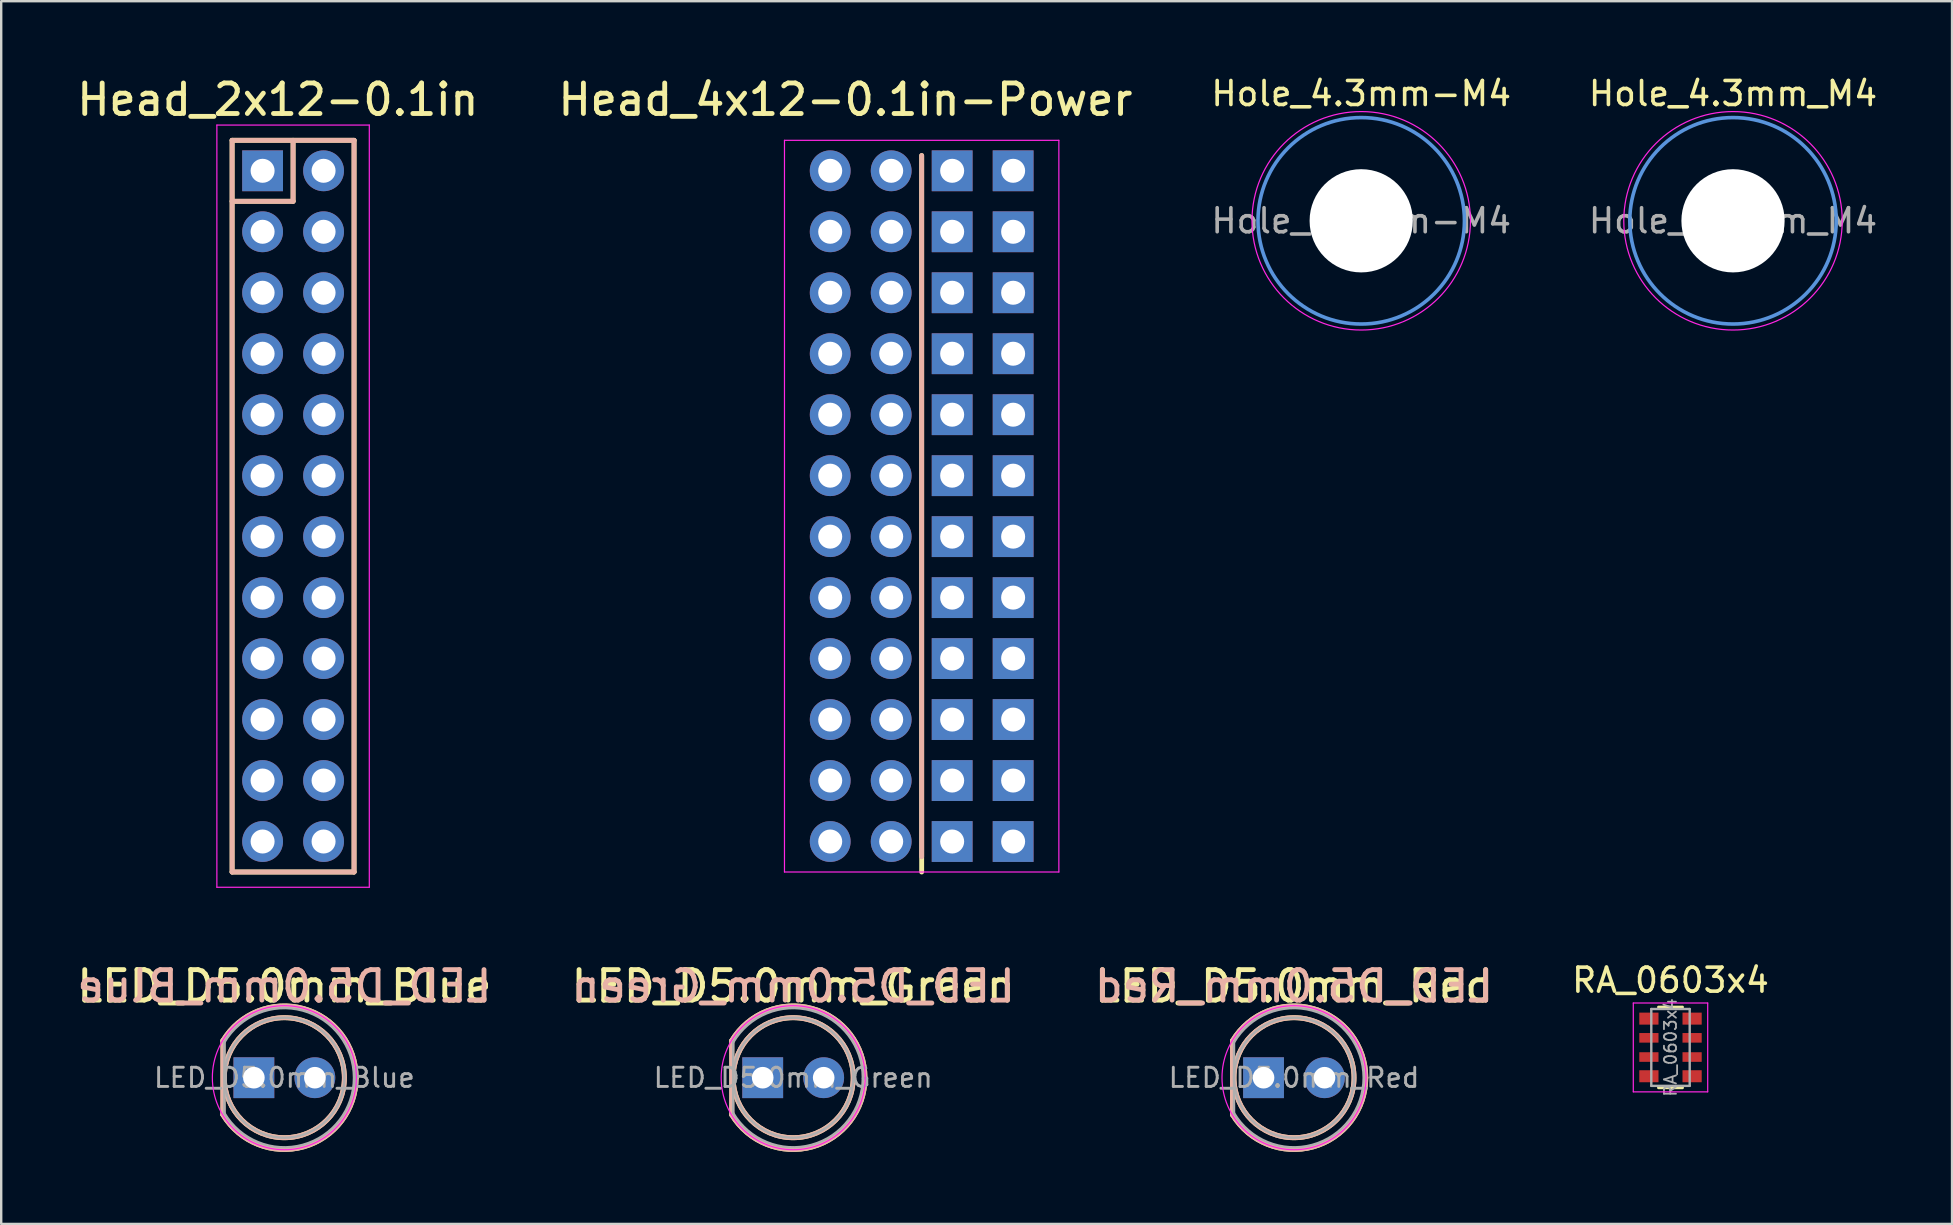
<source format=kicad_pcb>
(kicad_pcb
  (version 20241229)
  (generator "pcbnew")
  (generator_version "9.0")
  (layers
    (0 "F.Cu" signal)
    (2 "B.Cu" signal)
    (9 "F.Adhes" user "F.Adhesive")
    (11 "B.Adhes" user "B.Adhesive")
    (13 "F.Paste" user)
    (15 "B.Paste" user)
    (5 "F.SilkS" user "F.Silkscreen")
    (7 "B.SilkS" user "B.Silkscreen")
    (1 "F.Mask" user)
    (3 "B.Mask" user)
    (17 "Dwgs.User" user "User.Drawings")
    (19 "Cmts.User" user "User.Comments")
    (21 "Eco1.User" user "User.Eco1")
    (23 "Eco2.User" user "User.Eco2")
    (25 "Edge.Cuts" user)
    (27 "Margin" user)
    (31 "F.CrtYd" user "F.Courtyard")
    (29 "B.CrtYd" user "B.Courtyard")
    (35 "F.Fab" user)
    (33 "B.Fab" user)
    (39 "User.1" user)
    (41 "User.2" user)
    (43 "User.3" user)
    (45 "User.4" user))
  (footprint "Hole_4.3mm_M4"
    (layer "F.Cu")
    (at 69.142 6.148)
    (property "Reference" "Hole_4.3mm_M4" (at 0 -5.3 0) (layer "F.SilkS") (effects (font (size 1 1) (thickness 0.15))))
    (attr exclude_from_pos_files exclude_from_bom)
    (fp_circle (center 0 0) (end 4.3 0) (stroke (width 0.15) (type solid)) (fill no) (layer "Cmts.User"))
    (fp_circle (center 0 0) (end 4.55 0) (stroke (width 0.05) (type solid)) (fill no) (layer "F.CrtYd"))
    (fp_text user "${REFERENCE}" (at 0 0 0) (layer "F.Fab") (effects (font (size 1 1) (thickness 0.15))))
    (pad "" np_thru_hole circle (at 0 0) (size 4.3 4.3) (drill 4.3) (layers "*.Cu" "*.Mask")))
  (footprint "Head_4x12-0.1in-Power"
    (layer "F.Cu")
    (at 31.534 4.065)
    (property "Reference" "Head_4x12-0.1in-Power" (at 0.635 -2.965 0) (layer "F.SilkS") (effects (font (size 1.27 1.27) (thickness 0.203))))
    (attr through_hole)
    (fp_line (start 3.81 -0.635) (end 3.81 29.21) (stroke (width 0.203) (type solid)) (layer "F.SilkS"))
    (fp_line (start 3.81 28.575) (end 3.81 -0.635) (stroke (width 0.203) (type solid)) (layer "B.SilkS"))
    (fp_line (start -1.905 -1.27) (end -1.905 29.21) (stroke (width 0.05) (type solid)) (layer "F.CrtYd"))
    (fp_line (start 9.525 -1.27) (end -1.905 -1.27) (stroke (width 0.05) (type solid)) (layer "F.CrtYd"))
    (fp_line (start 9.525 29.21) (end -1.905 29.21) (stroke (width 0.05) (type solid)) (layer "F.CrtYd"))
    (fp_line (start 9.525 29.21) (end 9.525 -1.27) (stroke (width 0.05) (type solid)) (layer "F.CrtYd"))
    (pad "1" thru_hole oval (at 0 0) (size 1.7 1.7) (drill 1) (layers "*.Cu" "*.Mask"))
    (pad "1" thru_hole oval (at 0 2.54) (size 1.7 1.7) (drill 1) (layers "*.Cu" "*.Mask"))
    (pad "1" thru_hole oval (at 0 5.08) (size 1.7 1.7) (drill 1) (layers "*.Cu" "*.Mask"))
    (pad "1" thru_hole oval (at 0 7.62) (size 1.7 1.7) (drill 1) (layers "*.Cu" "*.Mask"))
    (pad "1" thru_hole oval (at 0 10.16) (size 1.7 1.7) (drill 1) (layers "*.Cu" "*.Mask"))
    (pad "1" thru_hole oval (at 0 12.7) (size 1.7 1.7) (drill 1) (layers "*.Cu" "*.Mask"))
    (pad "1" thru_hole oval (at 0 15.24) (size 1.7 1.7) (drill 1) (layers "*.Cu" "*.Mask"))
    (pad "1" thru_hole oval (at 0 17.78) (size 1.7 1.7) (drill 1) (layers "*.Cu" "*.Mask"))
    (pad "1" thru_hole oval (at 0 20.32) (size 1.7 1.7) (drill 1) (layers "*.Cu" "*.Mask"))
    (pad "1" thru_hole oval (at 0 22.86) (size 1.7 1.7) (drill 1) (layers "*.Cu" "*.Mask"))
    (pad "1" thru_hole oval (at 0 25.4) (size 1.7 1.7) (drill 1) (layers "*.Cu" "*.Mask"))
    (pad "1" thru_hole oval (at 0 27.94) (size 1.7 1.7) (drill 1) (layers "*.Cu" "*.Mask"))
    (pad "1" thru_hole oval (at 2.54 0) (size 1.7 1.7) (drill 1) (layers "*.Cu" "*.Mask"))
    (pad "1" thru_hole oval (at 2.54 2.54) (size 1.7 1.7) (drill 1) (layers "*.Cu" "*.Mask"))
    (pad "1" thru_hole oval (at 2.54 5.08) (size 1.7 1.7) (drill 1) (layers "*.Cu" "*.Mask"))
    (pad "1" thru_hole oval (at 2.54 7.62) (size 1.7 1.7) (drill 1) (layers "*.Cu" "*.Mask"))
    (pad "1" thru_hole oval (at 2.54 10.16) (size 1.7 1.7) (drill 1) (layers "*.Cu" "*.Mask"))
    (pad "1" thru_hole oval (at 2.54 12.7) (size 1.7 1.7) (drill 1) (layers "*.Cu" "*.Mask"))
    (pad "1" thru_hole oval (at 2.54 15.24) (size 1.7 1.7) (drill 1) (layers "*.Cu" "*.Mask"))
    (pad "1" thru_hole oval (at 2.54 17.78) (size 1.7 1.7) (drill 1) (layers "*.Cu" "*.Mask"))
    (pad "1" thru_hole oval (at 2.54 20.32) (size 1.7 1.7) (drill 1) (layers "*.Cu" "*.Mask"))
    (pad "1" thru_hole oval (at 2.54 22.86) (size 1.7 1.7) (drill 1) (layers "*.Cu" "*.Mask"))
    (pad "1" thru_hole oval (at 2.54 25.4) (size 1.7 1.7) (drill 1) (layers "*.Cu" "*.Mask"))
    (pad "1" thru_hole oval (at 2.54 27.94) (size 1.7 1.7) (drill 1) (layers "*.Cu" "*.Mask"))
    (pad "2" thru_hole rect (at 5.08 0) (size 1.7 1.7) (drill 1) (layers "*.Cu" "*.Mask"))
    (pad "2" thru_hole rect (at 5.08 2.54) (size 1.7 1.7) (drill 1) (layers "*.Cu" "*.Mask"))
    (pad "2" thru_hole rect (at 5.08 5.08) (size 1.7 1.7) (drill 1) (layers "*.Cu" "*.Mask"))
    (pad "2" thru_hole rect (at 5.08 7.62) (size 1.7 1.7) (drill 1) (layers "*.Cu" "*.Mask"))
    (pad "2" thru_hole rect (at 5.08 10.16) (size 1.7 1.7) (drill 1) (layers "*.Cu" "*.Mask"))
    (pad "2" thru_hole rect (at 5.08 12.7) (size 1.7 1.7) (drill 1) (layers "*.Cu" "*.Mask"))
    (pad "2" thru_hole rect (at 5.08 15.24) (size 1.7 1.7) (drill 1) (layers "*.Cu" "*.Mask"))
    (pad "2" thru_hole rect (at 5.08 17.78) (size 1.7 1.7) (drill 1) (layers "*.Cu" "*.Mask"))
    (pad "2" thru_hole rect (at 5.08 20.32) (size 1.7 1.7) (drill 1) (layers "*.Cu" "*.Mask"))
    (pad "2" thru_hole rect (at 5.08 22.86) (size 1.7 1.7) (drill 1) (layers "*.Cu" "*.Mask"))
    (pad "2" thru_hole rect (at 5.08 25.4) (size 1.7 1.7) (drill 1) (layers "*.Cu" "*.Mask"))
    (pad "2" thru_hole rect (at 5.08 27.94) (size 1.7 1.7) (drill 1) (layers "*.Cu" "*.Mask"))
    (pad "2" thru_hole rect (at 7.62 0) (size 1.7 1.7) (drill 1) (layers "*.Cu" "*.Mask"))
    (pad "2" thru_hole rect (at 7.62 2.54) (size 1.7 1.7) (drill 1) (layers "*.Cu" "*.Mask"))
    (pad "2" thru_hole rect (at 7.62 5.08) (size 1.7 1.7) (drill 1) (layers "*.Cu" "*.Mask"))
    (pad "2" thru_hole rect (at 7.62 7.62) (size 1.7 1.7) (drill 1) (layers "*.Cu" "*.Mask"))
    (pad "2" thru_hole rect (at 7.62 10.16) (size 1.7 1.7) (drill 1) (layers "*.Cu" "*.Mask"))
    (pad "2" thru_hole rect (at 7.62 12.7) (size 1.7 1.7) (drill 1) (layers "*.Cu" "*.Mask"))
    (pad "2" thru_hole rect (at 7.62 15.24) (size 1.7 1.7) (drill 1) (layers "*.Cu" "*.Mask"))
    (pad "2" thru_hole rect (at 7.62 17.78) (size 1.7 1.7) (drill 1) (layers "*.Cu" "*.Mask"))
    (pad "2" thru_hole rect (at 7.62 20.32) (size 1.7 1.7) (drill 1) (layers "*.Cu" "*.Mask"))
    (pad "2" thru_hole rect (at 7.62 22.86) (size 1.7 1.7) (drill 1) (layers "*.Cu" "*.Mask"))
    (pad "2" thru_hole rect (at 7.62 25.4) (size 1.7 1.7) (drill 1) (layers "*.Cu" "*.Mask"))
    (pad "2" thru_hole rect (at 7.62 27.94) (size 1.7 1.7) (drill 1) (layers "*.Cu" "*.Mask")))
  (footprint "Hole_4.3mm-M4"
    (layer "F.Cu")
    (at 53.654 6.148)
    (property "Reference" "Hole_4.3mm-M4" (at 0 -5.3 0) (layer "F.SilkS") (effects (font (size 1 1) (thickness 0.15))))
    (attr exclude_from_pos_files exclude_from_bom)
    (fp_circle (center 0 0) (end 4.3 0) (stroke (width 0.15) (type solid)) (fill no) (layer "Cmts.User"))
    (fp_circle (center 0 0) (end 4.55 0) (stroke (width 0.05) (type solid)) (fill no) (layer "F.CrtYd"))
    (fp_text user "${REFERENCE}" (at 0 0 0) (layer "F.Fab") (effects (font (size 1 1) (thickness 0.15))))
    (pad "" np_thru_hole circle (at 0 0) (size 4.3 4.3) (drill 4.3) (layers "*.Cu" "*.Mask")))
  (footprint "Head_2x12-0.1in"
    (layer "F.Cu")
    (at 7.889 4.065)
    (property "Reference" "Head_2x12-0.1in" (at 0.635 -2.965 0) (layer "F.SilkS") (effects (font (size 1.27 1.27) (thickness 0.203))))
    (attr through_hole)
    (fp_line (start -1.27 -1.27) (end 3.81 -1.27) (stroke (width 0.203) (type solid)) (layer "F.SilkS"))
    (fp_line (start -1.27 29.21) (end -1.27 -1.27) (stroke (width 0.203) (type solid)) (layer "F.SilkS"))
    (fp_line (start 1.27 -1.27) (end 1.27 1.27) (stroke (width 0.203) (type solid)) (layer "F.SilkS"))
    (fp_line (start 1.27 1.27) (end -1.27 1.27) (stroke (width 0.203) (type solid)) (layer "F.SilkS"))
    (fp_line (start 3.81 -1.27) (end 3.81 29.21) (stroke (width 0.203) (type solid)) (layer "F.SilkS"))
    (fp_line (start 3.81 29.21) (end -1.27 29.21) (stroke (width 0.203) (type solid)) (layer "F.SilkS"))
    (fp_line (start -1.27 -1.27) (end 3.81 -1.27) (stroke (width 0.203) (type solid)) (layer "B.SilkS"))
    (fp_line (start -1.27 29.21) (end -1.27 -1.27) (stroke (width 0.203) (type solid)) (layer "B.SilkS"))
    (fp_line (start 1.27 -1.27) (end 1.27 1.27) (stroke (width 0.203) (type solid)) (layer "B.SilkS"))
    (fp_line (start 1.27 1.27) (end -1.27 1.27) (stroke (width 0.203) (type solid)) (layer "B.SilkS"))
    (fp_line (start 3.81 -1.27) (end 3.81 29.21) (stroke (width 0.203) (type solid)) (layer "B.SilkS"))
    (fp_line (start 3.81 29.21) (end -1.27 29.21) (stroke (width 0.203) (type solid)) (layer "B.SilkS"))
    (fp_line (start -1.905 -1.905) (end -1.905 29.845) (stroke (width 0.05) (type solid)) (layer "F.CrtYd"))
    (fp_line (start 4.445 -1.905) (end -1.905 -1.905) (stroke (width 0.05) (type solid)) (layer "F.CrtYd"))
    (fp_line (start 4.445 29.845) (end -1.905 29.845) (stroke (width 0.05) (type solid)) (layer "F.CrtYd"))
    (fp_line (start 4.445 29.845) (end 4.445 -1.905) (stroke (width 0.05) (type solid)) (layer "F.CrtYd"))
    (pad "1" thru_hole rect (at 0 0) (size 1.7 1.7) (drill 1) (layers "*.Cu" "*.Mask"))
    (pad "2" thru_hole oval (at 2.54 0) (size 1.7 1.7) (drill 1) (layers "*.Cu" "*.Mask"))
    (pad "3" thru_hole oval (at 0 2.54) (size 1.7 1.7) (drill 1) (layers "*.Cu" "*.Mask"))
    (pad "4" thru_hole oval (at 2.54 2.54) (size 1.7 1.7) (drill 1) (layers "*.Cu" "*.Mask"))
    (pad "5" thru_hole oval (at 0 5.08) (size 1.7 1.7) (drill 1) (layers "*.Cu" "*.Mask"))
    (pad "6" thru_hole oval (at 2.54 5.08) (size 1.7 1.7) (drill 1) (layers "*.Cu" "*.Mask"))
    (pad "7" thru_hole oval (at 0 7.62) (size 1.7 1.7) (drill 1) (layers "*.Cu" "*.Mask"))
    (pad "8" thru_hole oval (at 2.54 7.62) (size 1.7 1.7) (drill 1) (layers "*.Cu" "*.Mask"))
    (pad "9" thru_hole oval (at 0 10.16) (size 1.7 1.7) (drill 1) (layers "*.Cu" "*.Mask"))
    (pad "10" thru_hole oval (at 2.54 10.16) (size 1.7 1.7) (drill 1) (layers "*.Cu" "*.Mask"))
    (pad "11" thru_hole oval (at 0 12.7) (size 1.7 1.7) (drill 1) (layers "*.Cu" "*.Mask"))
    (pad "12" thru_hole oval (at 2.54 12.7) (size 1.7 1.7) (drill 1) (layers "*.Cu" "*.Mask"))
    (pad "13" thru_hole oval (at 0 15.24) (size 1.7 1.7) (drill 1) (layers "*.Cu" "*.Mask"))
    (pad "14" thru_hole oval (at 2.54 15.24) (size 1.7 1.7) (drill 1) (layers "*.Cu" "*.Mask"))
    (pad "15" thru_hole oval (at 0 17.78) (size 1.7 1.7) (drill 1) (layers "*.Cu" "*.Mask"))
    (pad "16" thru_hole oval (at 2.54 17.78) (size 1.7 1.7) (drill 1) (layers "*.Cu" "*.Mask"))
    (pad "17" thru_hole oval (at 0 20.32) (size 1.7 1.7) (drill 1) (layers "*.Cu" "*.Mask"))
    (pad "18" thru_hole oval (at 2.54 20.32) (size 1.7 1.7) (drill 1) (layers "*.Cu" "*.Mask"))
    (pad "19" thru_hole oval (at 0 22.86) (size 1.7 1.7) (drill 1) (layers "*.Cu" "*.Mask"))
    (pad "20" thru_hole oval (at 2.54 22.86) (size 1.7 1.7) (drill 1) (layers "*.Cu" "*.Mask"))
    (pad "21" thru_hole oval (at 0 25.4) (size 1.7 1.7) (drill 1) (layers "*.Cu" "*.Mask"))
    (pad "22" thru_hole oval (at 2.54 25.4) (size 1.7 1.7) (drill 1) (layers "*.Cu" "*.Mask"))
    (pad "23" thru_hole oval (at 0 27.94) (size 1.7 1.7) (drill 1) (layers "*.Cu" "*.Mask"))
    (pad "24" thru_hole oval (at 2.54 27.94) (size 1.7 1.7) (drill 1) (layers "*.Cu" "*.Mask")))
  (footprint "LED_D5.0mm_Green"
    (layer "F.Cu")
    (at 29.992 41.844)
    (property "Reference" "LED_D5.0mm_Green" (at 0 -3.81 0) (layer "F.SilkS") (effects (font (size 1.27 1.27) (thickness 0.203))))
    (attr through_hole)
    (fp_line (start -2.56 -1.545) (end -2.56 1.545) (stroke (width 0.203) (type solid)) (layer "F.SilkS"))
    (fp_arc (start -2.56 -1.54483) (mid 0.801756 -2.880501) (end 2.99 -0.000048) (stroke (width 0.2032) (type solid)) (layer "F.SilkS"))
    (fp_arc (start 2.99 0.000048) (mid 0.801756 2.880501) (end -2.56 1.54483) (stroke (width 0.2032) (type solid)) (layer "F.SilkS"))
    (fp_circle (center 0 0) (end 2.5 0) (stroke (width 0.203) (type solid)) (fill no) (layer "F.SilkS"))
    (fp_line (start -2.56 -1.545) (end -2.56 1.545) (stroke (width 0.203) (type solid)) (layer "B.SilkS"))
    (fp_arc (start -2.56 -1.54483) (mid 0.801756 -2.880501) (end 2.99 -0.000048) (stroke (width 0.2032) (type solid)) (layer "B.SilkS"))
    (fp_arc (start 2.99 0.000048) (mid 0.801756 2.880501) (end -2.56 1.54483) (stroke (width 0.2032) (type solid)) (layer "B.SilkS"))
    (fp_circle (center 0 0) (end 2.5 0) (stroke (width 0.203) (type solid)) (fill no) (layer "B.SilkS"))
    (fp_circle (center 0 0) (end 3 0) (stroke (width 0.05) (type default)) (fill no) (layer "F.CrtYd"))
    (fp_line (start -2.5 -1.47) (end -2.5 1.47) (stroke (width 0.1) (type solid)) (layer "F.Fab"))
    (fp_arc (start -2.5 -1.469694) (mid 2.9 -0.000045) (end -2.499954 1.469772) (stroke (width 0.1) (type solid)) (layer "F.Fab"))
    (fp_circle (center 0 0) (end 2.5 0) (stroke (width 0.1) (type solid)) (fill no) (layer "F.Fab"))
    (fp_text user "${Reference}" (at 0 -3.81 0) (unlocked yes) (layer "B.SilkS") (effects (font (size 1.27 1.27) (thickness 0.203)) (justify mirror)))
    (fp_text user "${REFERENCE}" (at 0 0 0) (layer "F.Fab") (effects (font (size 0.8 0.8) (thickness 0.12))))
    (pad "1" thru_hole rect (at -1.27 0) (size 1.7 1.7) (drill 0.9) (layers "*.Cu" "*.Mask"))
    (pad "2" thru_hole circle (at 1.27 0) (size 1.7 1.7) (drill 0.9) (layers "*.Cu" "*.Mask")))
  (footprint "LED_D5.0mm_Red"
    (layer "F.Cu")
    (at 50.855 41.844)
    (property "Reference" "LED_D5.0mm_Red" (at 0 -3.81 0) (layer "F.SilkS") (effects (font (size 1.27 1.27) (thickness 0.203))))
    (attr through_hole)
    (fp_line (start -2.56 -1.545) (end -2.56 1.545) (stroke (width 0.203) (type solid)) (layer "F.SilkS"))
    (fp_arc (start -2.56 -1.54483) (mid 0.801756 -2.880501) (end 2.99 -0.000048) (stroke (width 0.2032) (type solid)) (layer "F.SilkS"))
    (fp_arc (start 2.99 0.000048) (mid 0.801756 2.880501) (end -2.56 1.54483) (stroke (width 0.2032) (type solid)) (layer "F.SilkS"))
    (fp_circle (center 0 0) (end 2.5 0) (stroke (width 0.203) (type solid)) (fill no) (layer "F.SilkS"))
    (fp_line (start -2.56 -1.545) (end -2.56 1.545) (stroke (width 0.203) (type solid)) (layer "B.SilkS"))
    (fp_arc (start -2.56 -1.54483) (mid 0.801756 -2.880501) (end 2.99 -0.000048) (stroke (width 0.2032) (type solid)) (layer "B.SilkS"))
    (fp_arc (start 2.99 0.000048) (mid 0.801756 2.880501) (end -2.56 1.54483) (stroke (width 0.2032) (type solid)) (layer "B.SilkS"))
    (fp_circle (center 0 0) (end 2.5 0) (stroke (width 0.203) (type solid)) (fill no) (layer "B.SilkS"))
    (fp_circle (center 0 0) (end 3 0) (stroke (width 0.05) (type default)) (fill no) (layer "F.CrtYd"))
    (fp_line (start -2.5 -1.47) (end -2.5 1.47) (stroke (width 0.1) (type solid)) (layer "F.Fab"))
    (fp_arc (start -2.5 -1.469694) (mid 2.9 -0.000045) (end -2.499954 1.469772) (stroke (width 0.1) (type solid)) (layer "F.Fab"))
    (fp_circle (center 0 0) (end 2.5 0) (stroke (width 0.1) (type solid)) (fill no) (layer "F.Fab"))
    (fp_text user "${Reference}" (at 0 -3.81 0) (unlocked yes) (layer "B.SilkS") (effects (font (size 1.27 1.27) (thickness 0.203)) (justify mirror)))
    (fp_text user "${REFERENCE}" (at 0 0 0) (layer "F.Fab") (effects (font (size 0.8 0.8) (thickness 0.12))))
    (pad "1" thru_hole rect (at -1.27 0) (size 1.7 1.7) (drill 0.9) (layers "*.Cu" "*.Mask"))
    (pad "2" thru_hole circle (at 1.27 0) (size 1.7 1.7) (drill 0.9) (layers "*.Cu" "*.Mask")))
  (footprint "LED_D5.0mm_Blue"
    (layer "F.Cu")
    (at 8.796 41.844)
    (property "Reference" "LED_D5.0mm_Blue" (at 0 -3.81 0) (layer "F.SilkS") (effects (font (size 1.27 1.27) (thickness 0.203))))
    (attr through_hole)
    (fp_line (start -2.56 -1.545) (end -2.56 1.545) (stroke (width 0.203) (type solid)) (layer "F.SilkS"))
    (fp_arc (start -2.56 -1.54483) (mid 0.801756 -2.880501) (end 2.99 -0.000048) (stroke (width 0.2032) (type solid)) (layer "F.SilkS"))
    (fp_arc (start 2.99 0.000048) (mid 0.801756 2.880501) (end -2.56 1.54483) (stroke (width 0.2032) (type solid)) (layer "F.SilkS"))
    (fp_circle (center 0 0) (end 2.5 0) (stroke (width 0.203) (type solid)) (fill no) (layer "F.SilkS"))
    (fp_line (start -2.56 -1.545) (end -2.56 1.545) (stroke (width 0.203) (type solid)) (layer "B.SilkS"))
    (fp_arc (start -2.56 -1.54483) (mid 0.801756 -2.880501) (end 2.99 -0.000048) (stroke (width 0.2032) (type solid)) (layer "B.SilkS"))
    (fp_arc (start 2.99 0.000048) (mid 0.801756 2.880501) (end -2.56 1.54483) (stroke (width 0.2032) (type solid)) (layer "B.SilkS"))
    (fp_circle (center 0 0) (end 2.5 0) (stroke (width 0.203) (type solid)) (fill no) (layer "B.SilkS"))
    (fp_circle (center 0 0) (end 3 0) (stroke (width 0.05) (type default)) (fill no) (layer "F.CrtYd"))
    (fp_line (start -2.5 -1.47) (end -2.5 1.47) (stroke (width 0.1) (type solid)) (layer "F.Fab"))
    (fp_arc (start -2.5 -1.469694) (mid 2.9 -0.000045) (end -2.499954 1.469772) (stroke (width 0.1) (type solid)) (layer "F.Fab"))
    (fp_circle (center 0 0) (end 2.5 0) (stroke (width 0.1) (type solid)) (fill no) (layer "F.Fab"))
    (fp_text user "${Reference}" (at 0 -3.81 0) (unlocked yes) (layer "B.SilkS") (effects (font (size 1.27 1.27) (thickness 0.203)) (justify mirror)))
    (fp_text user "${REFERENCE}" (at 0 0 0) (layer "F.Fab") (effects (font (size 0.8 0.8) (thickness 0.12))))
    (pad "1" thru_hole rect (at -1.27 0) (size 1.7 1.7) (drill 0.9) (layers "*.Cu" "*.Mask"))
    (pad "2" thru_hole circle (at 1.27 0) (size 1.7 1.7) (drill 0.9) (layers "*.Cu" "*.Mask")))
  (footprint "RA_0603x4"
    (layer "F.Cu")
    (at 66.538 40.583)
    (property "Reference" "RA_0603x4" (at 0 -2.8 0) (layer "F.SilkS") (effects (font (size 1 1) (thickness 0.15))))
    (attr smd)
    (fp_line (start 0.5 -1.68) (end -0.5 -1.68) (stroke (width 0.12) (type solid)) (layer "F.SilkS"))
    (fp_line (start 0.5 1.68) (end -0.5 1.68) (stroke (width 0.12) (type solid)) (layer "F.SilkS"))
    (fp_line (start -1.55 -1.85) (end -1.55 1.85) (stroke (width 0.05) (type solid)) (layer "F.CrtYd"))
    (fp_line (start -1.55 -1.85) (end 1.55 -1.85) (stroke (width 0.05) (type solid)) (layer "F.CrtYd"))
    (fp_line (start 1.55 1.85) (end -1.55 1.85) (stroke (width 0.05) (type solid)) (layer "F.CrtYd"))
    (fp_line (start 1.55 1.85) (end 1.55 -1.85) (stroke (width 0.05) (type solid)) (layer "F.CrtYd"))
    (fp_line (start -0.8 -1.6) (end 0.8 -1.6) (stroke (width 0.1) (type solid)) (layer "F.Fab"))
    (fp_line (start -0.8 1.6) (end -0.8 -1.6) (stroke (width 0.1) (type solid)) (layer "F.Fab"))
    (fp_line (start 0.8 -1.6) (end 0.8 1.6) (stroke (width 0.1) (type solid)) (layer "F.Fab"))
    (fp_line (start 0.8 1.6) (end -0.8 1.6) (stroke (width 0.1) (type solid)) (layer "F.Fab"))
    (fp_text user "${REFERENCE}" (at 0 0 90) (layer "F.Fab") (effects (font (size 0.5 0.5) (thickness 0.075))))
    (pad "1" smd rect (at -0.9 -1.2) (size 0.8 0.5) (layers "F.Cu" "F.Mask" "F.Paste"))
    (pad "2" smd rect (at -0.9 -0.4) (size 0.8 0.4) (layers "F.Cu" "F.Mask" "F.Paste"))
    (pad "3" smd rect (at -0.9 0.4) (size 0.8 0.4) (layers "F.Cu" "F.Mask" "F.Paste"))
    (pad "4" smd rect (at -0.9 1.2) (size 0.8 0.5) (layers "F.Cu" "F.Mask" "F.Paste"))
    (pad "5" smd rect (at 0.9 1.2) (size 0.8 0.5) (layers "F.Cu" "F.Mask" "F.Paste"))
    (pad "6" smd rect (at 0.9 0.4) (size 0.8 0.4) (layers "F.Cu" "F.Mask" "F.Paste"))
    (pad "7" smd rect (at 0.9 -0.4) (size 0.8 0.4) (layers "F.Cu" "F.Mask" "F.Paste"))
    (pad "8" smd rect (at 0.9 -1.2) (size 0.8 0.5) (layers "F.Cu" "F.Mask" "F.Paste")))
  (gr_rect
    (start -3 -3)
    (end 78.267 47.936)
    (stroke (width 0.1) (type default))
    (fill no)
    (layer "Edge.Cuts")))
</source>
